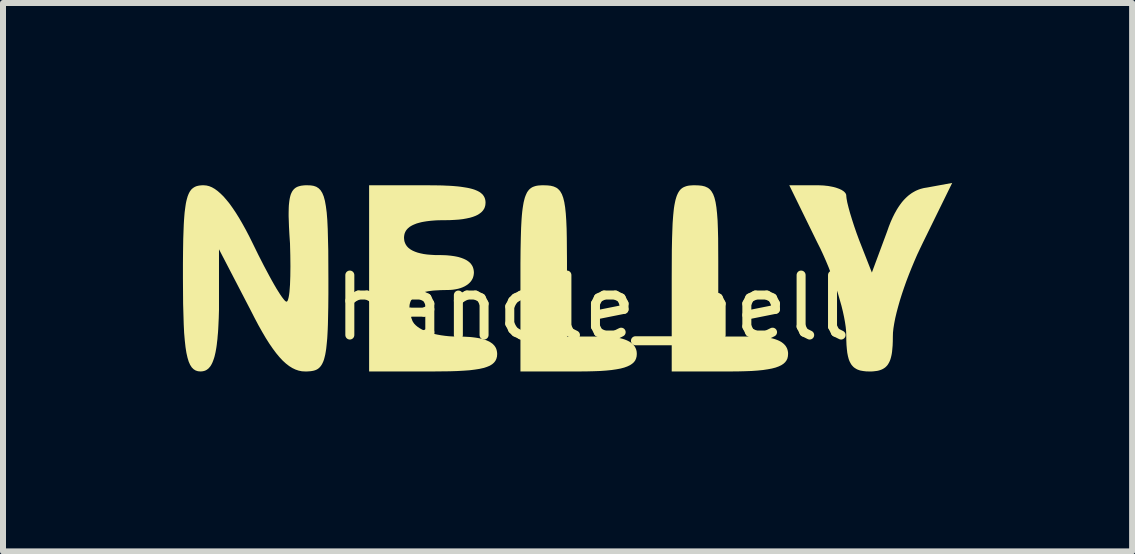
<source format=kicad_pcb>
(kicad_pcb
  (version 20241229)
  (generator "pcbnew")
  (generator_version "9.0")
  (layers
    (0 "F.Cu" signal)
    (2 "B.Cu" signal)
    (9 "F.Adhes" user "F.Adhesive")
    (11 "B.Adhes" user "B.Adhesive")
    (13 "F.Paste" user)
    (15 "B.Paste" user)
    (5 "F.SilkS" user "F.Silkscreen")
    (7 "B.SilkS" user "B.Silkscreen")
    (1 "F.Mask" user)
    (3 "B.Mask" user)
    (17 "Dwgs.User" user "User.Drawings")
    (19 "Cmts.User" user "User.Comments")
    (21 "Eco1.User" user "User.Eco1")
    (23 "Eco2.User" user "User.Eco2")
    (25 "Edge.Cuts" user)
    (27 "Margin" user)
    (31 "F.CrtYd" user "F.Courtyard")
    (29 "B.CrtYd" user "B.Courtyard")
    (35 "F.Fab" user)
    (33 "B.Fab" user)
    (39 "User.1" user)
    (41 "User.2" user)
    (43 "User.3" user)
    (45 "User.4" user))
  (footprint "handle_nelly"
    (layer "F.Cu")
    (at 7.211 2.581)
    (property "Reference" "handle_nelly" (at 0 -0.5 0) (unlocked yes) (layer "F.SilkS") (effects (font (size 1 1) (thickness 0.15))))
    (attr smd)
    (fp_poly (pts (xy -1.134 -2.54) (xy -1.079 -2.534) (xy -1.031 -2.522) (xy -0.988 -2.503) (xy -0.969 -2.491) (xy -0.952 -2.476) (xy -0.935 -2.459) (xy -0.92 -2.44) (xy -0.893 -2.393) (xy -0.871 -2.334) (xy -0.853 -2.261) (xy -0.839 -2.175) (xy -0.828 -2.072) (xy -0.82 -1.953) (xy -0.814 -1.815) (xy -0.811 -1.658) (xy -0.808 -1.281) (xy -0.808 -0.02) (xy -0.226 -0.02) (xy -0.19 -0.02) (xy -0.156 -0.019) (xy -0.122 -0.017) (xy -0.09 -0.015) (xy -0.058 -0.013) (xy -0.028 -0.01) (xy 0.001 -0.006) (xy 0.028 -0.002) (xy 0.055 0.003) (xy 0.081 0.008) (xy 0.105 0.014) (xy 0.129 0.021) (xy 0.151 0.028) (xy 0.172 0.036) (xy 0.192 0.044) (xy 0.21 0.053) (xy 0.228 0.062) (xy 0.244 0.072) (xy 0.26 0.083) (xy 0.274 0.094) (xy 0.287 0.105) (xy 0.299 0.118) (xy 0.31 0.13) (xy 0.32 0.144) (xy 0.328 0.158) (xy 0.335 0.172) (xy 0.342 0.187) (xy 0.347 0.203) (xy 0.351 0.219) (xy 0.354 0.236) (xy 0.355 0.253) (xy 0.356 0.271) (xy 0.353 0.31) (xy 0.344 0.345) (xy 0.33 0.377) (xy 0.308 0.407) (xy 0.279 0.433) (xy 0.243 0.457) (xy 0.199 0.478) (xy 0.147 0.497) (xy 0.087 0.513) (xy 0.017 0.526) (xy -0.063 0.538) (xy -0.152 0.547) (xy -0.251 0.554) (xy -0.361 0.558) (xy -0.482 0.561) (xy -0.614 0.562) (xy -1.584 0.562) (xy -1.584 -0.99) (xy -1.584 -1.241) (xy -1.582 -1.463) (xy -1.578 -1.659) (xy -1.573 -1.83) (xy -1.569 -1.907) (xy -1.565 -1.978) (xy -1.56 -2.043) (xy -1.554 -2.104) (xy -1.547 -2.159) (xy -1.539 -2.21) (xy -1.531 -2.256) (xy -1.521 -2.297) (xy -1.511 -2.335) (xy -1.499 -2.368) (xy -1.486 -2.398) (xy -1.473 -2.425) (xy -1.457 -2.448) (xy -1.441 -2.468) (xy -1.423 -2.485) (xy -1.404 -2.499) (xy -1.384 -2.511) (xy -1.362 -2.52) (xy -1.338 -2.528) (xy -1.313 -2.534) (xy -1.287 -2.538) (xy -1.258 -2.54) (xy -1.228 -2.542) (xy -1.196 -2.542)) (stroke (width 0) (type solid)) (fill yes) (layer "F.SilkS"))
    (fp_poly (pts (xy 1.388 -2.54) (xy 1.443 -2.534) (xy 1.492 -2.522) (xy 1.534 -2.503) (xy 1.553 -2.491) (xy 1.571 -2.476) (xy 1.587 -2.459) (xy 1.602 -2.44) (xy 1.629 -2.393) (xy 1.651 -2.334) (xy 1.669 -2.261) (xy 1.683 -2.175) (xy 1.694 -2.072) (xy 1.703 -1.953) (xy 1.708 -1.815) (xy 1.712 -1.658) (xy 1.714 -1.281) (xy 1.714 -0.02) (xy 2.296 -0.02) (xy 2.332 -0.02) (xy 2.367 -0.019) (xy 2.4 -0.017) (xy 2.433 -0.015) (xy 2.464 -0.013) (xy 2.494 -0.01) (xy 2.523 -0.006) (xy 2.551 -0.002) (xy 2.578 0.003) (xy 2.603 0.008) (xy 2.628 0.014) (xy 2.651 0.021) (xy 2.673 0.028) (xy 2.694 0.036) (xy 2.714 0.044) (xy 2.733 0.053) (xy 2.75 0.062) (xy 2.767 0.072) (xy 2.782 0.083) (xy 2.796 0.094) (xy 2.809 0.105) (xy 2.821 0.118) (xy 2.832 0.13) (xy 2.842 0.144) (xy 2.85 0.158) (xy 2.858 0.172) (xy 2.864 0.187) (xy 2.869 0.203) (xy 2.873 0.219) (xy 2.876 0.236) (xy 2.878 0.253) (xy 2.878 0.271) (xy 2.875 0.31) (xy 2.867 0.345) (xy 2.852 0.377) (xy 2.83 0.407) (xy 2.802 0.433) (xy 2.766 0.457) (xy 2.722 0.478) (xy 2.67 0.497) (xy 2.609 0.513) (xy 2.539 0.526) (xy 2.46 0.538) (xy 2.371 0.547) (xy 2.271 0.554) (xy 2.161 0.558) (xy 2.041 0.561) (xy 1.908 0.562) (xy 0.938 0.562) (xy 0.938 -0.99) (xy 0.939 -1.241) (xy 0.94 -1.463) (xy 0.944 -1.659) (xy 0.95 -1.83) (xy 0.953 -1.907) (xy 0.958 -1.978) (xy 0.963 -2.043) (xy 0.969 -2.104) (xy 0.975 -2.159) (xy 0.983 -2.21) (xy 0.992 -2.256) (xy 1.001 -2.297) (xy 1.012 -2.335) (xy 1.023 -2.368) (xy 1.036 -2.398) (xy 1.05 -2.425) (xy 1.065 -2.448) (xy 1.081 -2.468) (xy 1.099 -2.485) (xy 1.118 -2.499) (xy 1.139 -2.511) (xy 1.161 -2.52) (xy 1.184 -2.528) (xy 1.209 -2.534) (xy 1.236 -2.538) (xy 1.264 -2.54) (xy 1.294 -2.542) (xy 1.326 -2.542)) (stroke (width 0) (type solid)) (fill yes) (layer "F.SilkS"))
    (fp_poly (pts (xy 5.129 -1.592) (xy 5.079 -1.488) (xy 5.029 -1.382) (xy 4.982 -1.273) (xy 4.936 -1.163) (xy 4.892 -1.053) (xy 4.85 -0.943) (xy 4.811 -0.833) (xy 4.775 -0.726) (xy 4.742 -0.621) (xy 4.713 -0.519) (xy 4.687 -0.421) (xy 4.665 -0.328) (xy 4.648 -0.241) (xy 4.635 -0.16) (xy 4.627 -0.086) (xy 4.625 -0.02) (xy 4.624 0.06) (xy 4.621 0.133) (xy 4.615 0.199) (xy 4.612 0.23) (xy 4.608 0.259) (xy 4.603 0.287) (xy 4.597 0.313) (xy 4.591 0.337) (xy 4.584 0.36) (xy 4.576 0.382) (xy 4.567 0.402) (xy 4.557 0.421) (xy 4.547 0.438) (xy 4.536 0.455) (xy 4.523 0.47) (xy 4.51 0.483) (xy 4.496 0.496) (xy 4.48 0.507) (xy 4.464 0.517) (xy 4.447 0.526) (xy 4.428 0.534) (xy 4.408 0.541) (xy 4.388 0.547) (xy 4.366 0.552) (xy 4.342 0.555) (xy 4.318 0.558) (xy 4.292 0.561) (xy 4.265 0.562) (xy 4.236 0.562) (xy 4.181 0.561) (xy 4.131 0.555) (xy 4.085 0.547) (xy 4.065 0.541) (xy 4.045 0.534) (xy 4.026 0.526) (xy 4.009 0.516) (xy 3.993 0.506) (xy 3.977 0.495) (xy 3.963 0.482) (xy 3.95 0.468) (xy 3.937 0.453) (xy 3.926 0.436) (xy 3.916 0.418) (xy 3.906 0.399) (xy 3.897 0.378) (xy 3.889 0.356) (xy 3.876 0.307) (xy 3.865 0.251) (xy 3.858 0.189) (xy 3.852 0.12) (xy 3.849 0.044) (xy 3.848 -0.039) (xy 3.846 -0.105) (xy 3.839 -0.179) (xy 3.827 -0.26) (xy 3.811 -0.347) (xy 3.791 -0.44) (xy 3.767 -0.537) (xy 3.708 -0.743) (xy 3.636 -0.957) (xy 3.554 -1.174) (xy 3.509 -1.282) (xy 3.462 -1.388) (xy 3.414 -1.491) (xy 3.363 -1.592) (xy 2.898 -2.542) (xy 3.363 -2.542) (xy 3.389 -2.542) (xy 3.414 -2.541) (xy 3.438 -2.54) (xy 3.462 -2.539) (xy 3.486 -2.537) (xy 3.509 -2.534) (xy 3.532 -2.532) (xy 3.554 -2.529) (xy 3.575 -2.525) (xy 3.596 -2.521) (xy 3.617 -2.517) (xy 3.636 -2.513) (xy 3.655 -2.508) (xy 3.673 -2.503) (xy 3.691 -2.497) (xy 3.708 -2.491) (xy 3.724 -2.485) (xy 3.739 -2.479) (xy 3.753 -2.472) (xy 3.767 -2.466) (xy 3.779 -2.458) (xy 3.791 -2.451) (xy 3.801 -2.444) (xy 3.811 -2.436) (xy 3.819 -2.428) (xy 3.827 -2.42) (xy 3.833 -2.412) (xy 3.839 -2.403) (xy 3.843 -2.394) (xy 3.846 -2.386) (xy 3.848 -2.377) (xy 3.848 -2.368) (xy 3.85 -2.347) (xy 3.853 -2.321) (xy 3.865 -2.255) (xy 3.885 -2.174) (xy 3.911 -2.079) (xy 3.943 -1.975) (xy 3.979 -1.863) (xy 4.019 -1.747) (xy 4.062 -1.63) (xy 4.275 -1.087) (xy 4.527 -1.766) (xy 4.557 -1.851) (xy 4.588 -1.93) (xy 4.621 -2.004) (xy 4.655 -2.072) (xy 4.691 -2.136) (xy 4.709 -2.165) (xy 4.728 -2.194) (xy 4.747 -2.221) (xy 4.766 -2.247) (xy 4.786 -2.272) (xy 4.806 -2.295) (xy 4.827 -2.317) (xy 4.848 -2.338) (xy 4.87 -2.358) (xy 4.891 -2.376) (xy 4.914 -2.393) (xy 4.936 -2.409) (xy 4.96 -2.424) (xy 4.983 -2.437) (xy 5.007 -2.45) (xy 5.032 -2.461) (xy 5.056 -2.471) (xy 5.082 -2.48) (xy 5.107 -2.487) (xy 5.134 -2.494) (xy 5.16 -2.499) (xy 5.187 -2.503) (xy 5.614 -2.581)) (stroke (width 0) (type solid)) (fill yes) (layer "F.SilkS"))
    (fp_poly (pts (xy -5.08 -2.54) (xy -5.031 -2.532) (xy -4.988 -2.517) (xy -4.95 -2.493) (xy -4.917 -2.46) (xy -4.888 -2.414) (xy -4.864 -2.356) (xy -4.844 -2.283) (xy -4.828 -2.194) (xy -4.814 -2.087) (xy -4.804 -1.961) (xy -4.797 -1.814) (xy -4.788 -1.452) (xy -4.786 -0.99) (xy -4.786 -0.736) (xy -4.788 -0.511) (xy -4.792 -0.314) (xy -4.794 -0.225) (xy -4.797 -0.142) (xy -4.801 -0.065) (xy -4.805 0.006) (xy -4.811 0.072) (xy -4.817 0.132) (xy -4.823 0.187) (xy -4.831 0.238) (xy -4.839 0.283) (xy -4.849 0.324) (xy -4.859 0.362) (xy -4.871 0.395) (xy -4.884 0.424) (xy -4.898 0.45) (xy -4.913 0.472) (xy -4.929 0.491) (xy -4.947 0.508) (xy -4.966 0.522) (xy -4.986 0.533) (xy -5.008 0.542) (xy -5.032 0.549) (xy -5.057 0.554) (xy -5.084 0.558) (xy -5.112 0.56) (xy -5.142 0.562) (xy -5.174 0.562) (xy -5.228 0.559) (xy -5.282 0.548) (xy -5.335 0.53) (xy -5.387 0.505) (xy -5.44 0.472) (xy -5.493 0.431) (xy -5.547 0.382) (xy -5.601 0.324) (xy -5.656 0.258) (xy -5.712 0.183) (xy -5.77 0.099) (xy -5.829 0.006) (xy -5.89 -0.098) (xy -5.953 -0.21) (xy -6.018 -0.333) (xy -6.086 -0.466) (xy -6.61 -1.475) (xy -6.61 -0.466) (xy -6.614 -0.327) (xy -6.62 -0.199) (xy -6.623 -0.14) (xy -6.627 -0.083) (xy -6.632 -0.029) (xy -6.636 0.022) (xy -6.642 0.07) (xy -6.647 0.116) (xy -6.653 0.159) (xy -6.66 0.2) (xy -6.667 0.239) (xy -6.675 0.274) (xy -6.683 0.308) (xy -6.692 0.339) (xy -6.702 0.368) (xy -6.712 0.395) (xy -6.722 0.419) (xy -6.733 0.441) (xy -6.745 0.462) (xy -6.757 0.48) (xy -6.771 0.496) (xy -6.784 0.511) (xy -6.799 0.523) (xy -6.814 0.534) (xy -6.83 0.543) (xy -6.846 0.55) (xy -6.864 0.555) (xy -6.882 0.559) (xy -6.901 0.561) (xy -6.92 0.562) (xy -6.962 0.558) (xy -6.999 0.546) (xy -7.033 0.525) (xy -7.064 0.494) (xy -7.091 0.452) (xy -7.115 0.398) (xy -7.135 0.332) (xy -7.153 0.252) (xy -7.168 0.157) (xy -7.18 0.047) (xy -7.191 -0.08) (xy -7.198 -0.224) (xy -7.208 -0.567) (xy -7.211 -0.99) (xy -7.211 -1.235) (xy -7.209 -1.452) (xy -7.206 -1.645) (xy -7.203 -1.732) (xy -7.2 -1.814) (xy -7.197 -1.89) (xy -7.193 -1.961) (xy -7.188 -2.026) (xy -7.183 -2.087) (xy -7.176 -2.142) (xy -7.169 -2.194) (xy -7.162 -2.24) (xy -7.153 -2.283) (xy -7.143 -2.321) (xy -7.133 -2.356) (xy -7.121 -2.387) (xy -7.109 -2.414) (xy -7.095 -2.439) (xy -7.08 -2.46) (xy -7.065 -2.478) (xy -7.047 -2.493) (xy -7.029 -2.506) (xy -7.009 -2.517) (xy -6.988 -2.526) (xy -6.966 -2.532) (xy -6.942 -2.537) (xy -6.917 -2.54) (xy -6.89 -2.542) (xy -6.862 -2.542) (xy -6.818 -2.538) (xy -6.773 -2.527) (xy -6.727 -2.508) (xy -6.68 -2.481) (xy -6.632 -2.446) (xy -6.584 -2.404) (xy -6.534 -2.355) (xy -6.484 -2.297) (xy -6.432 -2.233) (xy -6.38 -2.16) (xy -6.327 -2.081) (xy -6.273 -1.994) (xy -6.218 -1.899) (xy -6.162 -1.798) (xy -6.105 -1.689) (xy -6.047 -1.572) (xy -5.953 -1.38) (xy -5.861 -1.2) (xy -5.773 -1.035) (xy -5.732 -0.96) (xy -5.693 -0.891) (xy -5.656 -0.827) (xy -5.621 -0.771) (xy -5.59 -0.722) (xy -5.561 -0.68) (xy -5.536 -0.647) (xy -5.515 -0.622) (xy -5.506 -0.613) (xy -5.497 -0.607) (xy -5.49 -0.603) (xy -5.484 -0.602) (xy -5.479 -0.603) (xy -5.474 -0.607) (xy -5.464 -0.621) (xy -5.456 -0.645) (xy -5.448 -0.677) (xy -5.441 -0.718) (xy -5.435 -0.766) (xy -5.426 -0.883) (xy -5.421 -1.026) (xy -5.419 -1.191) (xy -5.421 -1.374) (xy -5.426 -1.572) (xy -5.436 -1.721) (xy -5.443 -1.853) (xy -5.447 -1.972) (xy -5.449 -2.025) (xy -5.449 -2.076) (xy -5.448 -2.123) (xy -5.447 -2.167) (xy -5.445 -2.208) (xy -5.441 -2.246) (xy -5.437 -2.281) (xy -5.432 -2.313) (xy -5.426 -2.343) (xy -5.419 -2.37) (xy -5.411 -2.395) (xy -5.401 -2.417) (xy -5.391 -2.437) (xy -5.379 -2.455) (xy -5.366 -2.471) (xy -5.352 -2.485) (xy -5.336 -2.498) (xy -5.32 -2.508) (xy -5.302 -2.517) (xy -5.282 -2.524) (xy -5.261 -2.53) (xy -5.239 -2.535) (xy -5.215 -2.538) (xy -5.19 -2.541) (xy -5.163 -2.542) (xy -5.135 -2.542)) (stroke (width 0) (type solid)) (fill yes) (layer "F.SilkS"))
    (fp_poly (pts (xy -3.004 -2.541) (xy -2.883 -2.539) (xy -2.827 -2.536) (xy -2.773 -2.534) (xy -2.722 -2.531) (xy -2.674 -2.527) (xy -2.628 -2.523) (xy -2.585 -2.518) (xy -2.544 -2.512) (xy -2.506 -2.506) (xy -2.47 -2.5) (xy -2.436 -2.493) (xy -2.404 -2.485) (xy -2.375 -2.477) (xy -2.348 -2.468) (xy -2.323 -2.458) (xy -2.3 -2.448) (xy -2.279 -2.437) (xy -2.26 -2.426) (xy -2.243 -2.413) (xy -2.228 -2.4) (xy -2.214 -2.387) (xy -2.203 -2.372) (xy -2.193 -2.357) (xy -2.185 -2.342) (xy -2.178 -2.325) (xy -2.173 -2.308) (xy -2.169 -2.29) (xy -2.167 -2.271) (xy -2.166 -2.251) (xy -2.169 -2.216) (xy -2.172 -2.199) (xy -2.177 -2.183) (xy -2.182 -2.167) (xy -2.189 -2.152) (xy -2.198 -2.138) (xy -2.207 -2.124) (xy -2.218 -2.111) (xy -2.23 -2.098) (xy -2.259 -2.074) (xy -2.292 -2.052) (xy -2.331 -2.033) (xy -2.376 -2.016) (xy -2.426 -2.001) (xy -2.482 -1.989) (xy -2.543 -1.978) (xy -2.61 -1.97) (xy -2.683 -1.965) (xy -2.761 -1.961) (xy -2.846 -1.96) (xy -2.888 -1.96) (xy -2.93 -1.959) (xy -2.97 -1.958) (xy -3.008 -1.956) (xy -3.046 -1.953) (xy -3.081 -1.95) (xy -3.115 -1.946) (xy -3.148 -1.942) (xy -3.179 -1.937) (xy -3.209 -1.932) (xy -3.238 -1.926) (xy -3.265 -1.919) (xy -3.291 -1.912) (xy -3.315 -1.905) (xy -3.338 -1.896) (xy -3.36 -1.887) (xy -3.38 -1.878) (xy -3.399 -1.868) (xy -3.416 -1.858) (xy -3.433 -1.847) (xy -3.447 -1.835) (xy -3.461 -1.823) (xy -3.473 -1.81) (xy -3.484 -1.797) (xy -3.494 -1.783) (xy -3.502 -1.768) (xy -3.509 -1.753) (xy -3.515 -1.737) (xy -3.519 -1.721) (xy -3.522 -1.704) (xy -3.524 -1.687) (xy -3.525 -1.669) (xy -3.524 -1.651) (xy -3.522 -1.634) (xy -3.52 -1.617) (xy -3.516 -1.601) (xy -3.51 -1.585) (xy -3.504 -1.57) (xy -3.497 -1.556) (xy -3.488 -1.542) (xy -3.479 -1.528) (xy -3.468 -1.516) (xy -3.456 -1.503) (xy -3.443 -1.492) (xy -3.413 -1.47) (xy -3.379 -1.451) (xy -3.34 -1.434) (xy -3.297 -1.419) (xy -3.25 -1.407) (xy -3.197 -1.396) (xy -3.14 -1.388) (xy -3.079 -1.383) (xy -3.013 -1.379) (xy -2.943 -1.378) (xy -2.907 -1.378) (xy -2.872 -1.377) (xy -2.839 -1.376) (xy -2.806 -1.374) (xy -2.775 -1.371) (xy -2.745 -1.368) (xy -2.716 -1.364) (xy -2.688 -1.36) (xy -2.661 -1.355) (xy -2.636 -1.35) (xy -2.611 -1.344) (xy -2.588 -1.337) (xy -2.566 -1.33) (xy -2.545 -1.322) (xy -2.525 -1.314) (xy -2.506 -1.305) (xy -2.488 -1.296) (xy -2.472 -1.286) (xy -2.457 -1.276) (xy -2.442 -1.264) (xy -2.429 -1.253) (xy -2.417 -1.241) (xy -2.407 -1.228) (xy -2.397 -1.214) (xy -2.388 -1.2) (xy -2.381 -1.186) (xy -2.375 -1.171) (xy -2.37 -1.155) (xy -2.366 -1.139) (xy -2.363 -1.122) (xy -2.361 -1.105) (xy -2.36 -1.087) (xy -2.361 -1.071) (xy -2.363 -1.055) (xy -2.365 -1.04) (xy -2.369 -1.024) (xy -2.373 -1.01) (xy -2.378 -0.995) (xy -2.385 -0.981) (xy -2.392 -0.968) (xy -2.4 -0.955) (xy -2.409 -0.942) (xy -2.419 -0.93) (xy -2.43 -0.918) (xy -2.442 -0.907) (xy -2.454 -0.896) (xy -2.482 -0.876) (xy -2.512 -0.858) (xy -2.546 -0.842) (xy -2.583 -0.828) (xy -2.622 -0.817) (xy -2.665 -0.808) (xy -2.71 -0.801) (xy -2.757 -0.797) (xy -2.807 -0.796) (xy -2.908 -0.794) (xy -2.999 -0.789) (xy -3.041 -0.786) (xy -3.081 -0.781) (xy -3.119 -0.776) (xy -3.154 -0.769) (xy -3.187 -0.762) (xy -3.218 -0.753) (xy -3.247 -0.744) (xy -3.274 -0.734) (xy -3.299 -0.722) (xy -3.321 -0.71) (xy -3.341 -0.697) (xy -3.36 -0.682) (xy -3.376 -0.667) (xy -3.39 -0.65) (xy -3.402 -0.632) (xy -3.413 -0.613) (xy -3.421 -0.593) (xy -3.427 -0.572) (xy -3.432 -0.55) (xy -3.434 -0.526) (xy -3.435 -0.501) (xy -3.434 -0.475) (xy -3.431 -0.448) (xy -3.426 -0.419) (xy -3.419 -0.389) (xy -3.411 -0.358) (xy -3.401 -0.325) (xy -3.389 -0.292) (xy -3.383 -0.277) (xy -3.375 -0.263) (xy -3.356 -0.235) (xy -3.331 -0.209) (xy -3.301 -0.184) (xy -3.266 -0.16) (xy -3.226 -0.137) (xy -3.182 -0.117) (xy -3.134 -0.098) (xy -3.082 -0.08) (xy -3.027 -0.065) (xy -2.968 -0.052) (xy -2.906 -0.041) (xy -2.841 -0.032) (xy -2.774 -0.025) (xy -2.704 -0.021) (xy -2.632 -0.02) (xy -2.589 -0.02) (xy -2.548 -0.019) (xy -2.508 -0.017) (xy -2.47 -0.015) (xy -2.433 -0.013) (xy -2.398 -0.01) (xy -2.365 -0.006) (xy -2.333 -0.002) (xy -2.302 0.003) (xy -2.273 0.008) (xy -2.245 0.014) (xy -2.219 0.021) (xy -2.194 0.028) (xy -2.17 0.036) (xy -2.148 0.044) (xy -2.128 0.053) (xy -2.108 0.062) (xy -2.09 0.072) (xy -2.074 0.083) (xy -2.058 0.094) (xy -2.044 0.105) (xy -2.032 0.118) (xy -2.02 0.13) (xy -2.01 0.144) (xy -2.001 0.158) (xy -1.993 0.172) (xy -1.987 0.187) (xy -1.982 0.203) (xy -1.978 0.219) (xy -1.975 0.236) (xy -1.973 0.253) (xy -1.972 0.271) (xy -1.975 0.313) (xy -1.985 0.35) (xy -2.001 0.384) (xy -2.025 0.415) (xy -2.056 0.442) (xy -2.095 0.466) (xy -2.143 0.486) (xy -2.2 0.504) (xy -2.267 0.519) (xy -2.344 0.531) (xy -2.431 0.542) (xy -2.529 0.549) (xy -2.638 0.555) (xy -2.76 0.559) (xy -3.04 0.562) (xy -4.107 0.562) (xy -4.107 -2.542) (xy -3.137 -2.542)) (stroke (width 0) (type solid)) (fill yes) (layer "F.SilkS")))
  (gr_rect
    (start -3 -3)
    (end 15.825 6.143)
    (stroke (width 0.1) (type default))
    (fill no)
    (layer "Edge.Cuts")))
</source>
